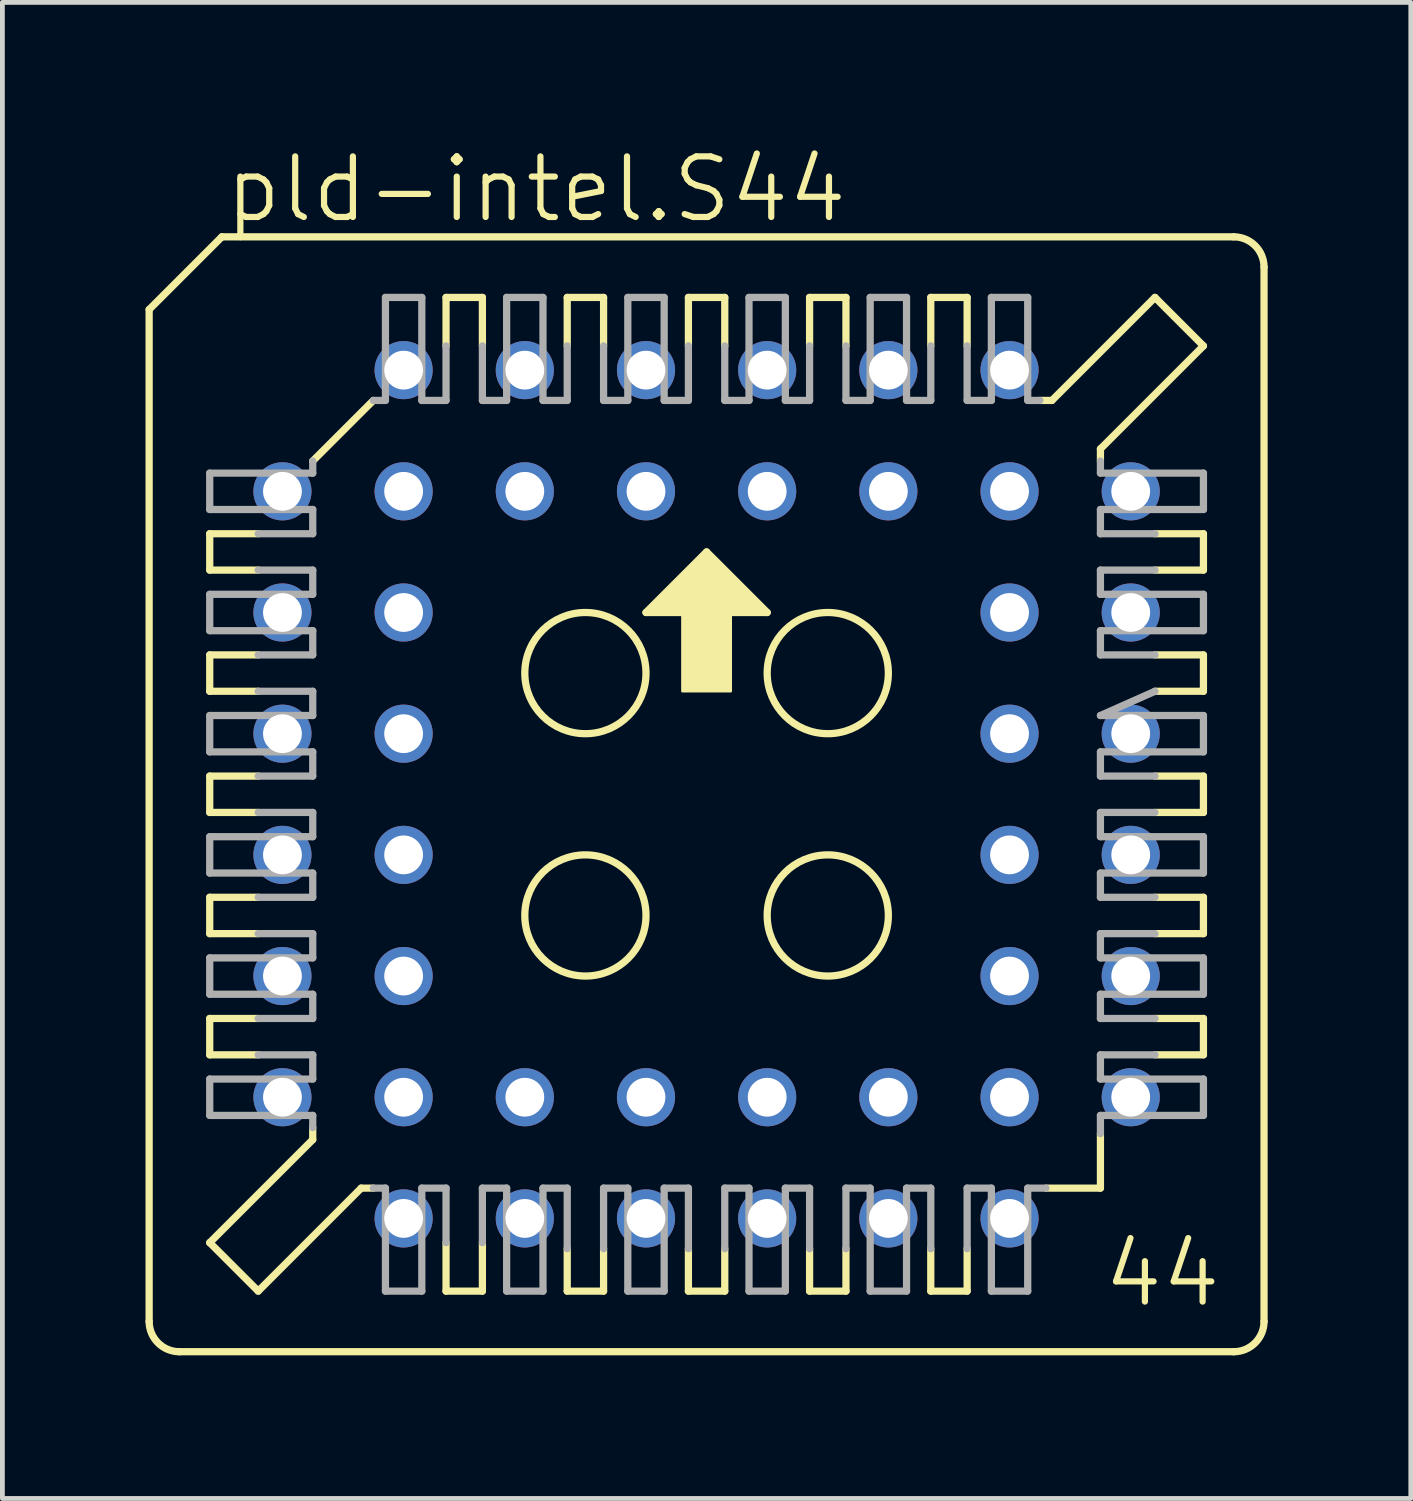
<source format=kicad_pcb>
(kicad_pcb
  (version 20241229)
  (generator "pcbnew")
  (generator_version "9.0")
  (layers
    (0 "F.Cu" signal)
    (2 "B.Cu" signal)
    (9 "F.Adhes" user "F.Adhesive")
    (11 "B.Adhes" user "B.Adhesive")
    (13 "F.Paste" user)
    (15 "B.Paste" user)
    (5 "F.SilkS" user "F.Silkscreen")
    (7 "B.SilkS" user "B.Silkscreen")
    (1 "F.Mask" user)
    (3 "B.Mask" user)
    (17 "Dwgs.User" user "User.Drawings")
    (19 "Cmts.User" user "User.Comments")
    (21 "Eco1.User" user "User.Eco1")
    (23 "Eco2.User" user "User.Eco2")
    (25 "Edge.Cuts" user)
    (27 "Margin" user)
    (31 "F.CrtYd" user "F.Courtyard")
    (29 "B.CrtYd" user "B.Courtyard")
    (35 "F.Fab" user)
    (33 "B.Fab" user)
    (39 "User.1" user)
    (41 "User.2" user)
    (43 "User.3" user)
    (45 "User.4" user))
  (footprint "pld-intel.S44"
    (layer "F.Cu")
    (at 11.76 13.598)
    (property "Reference" "pld-intel.S44" (at -10.16 -11.938 0) (layer "F.SilkS") (effects (font (size 1.27 1.27) (thickness 0.13)) (justify left bottom)))
    (attr through_hole)
    (fp_line (start -11.684 -10.16) (end -11.684 11.049) (stroke (width 0.152) (type default)) (layer "F.SilkS"))
    (fp_line (start -10.414 -5.461) (end -10.414 -4.699) (stroke (width 0.152) (type default)) (layer "F.SilkS"))
    (fp_line (start -10.414 -5.461) (end -9.398 -5.461) (stroke (width 0.152) (type default)) (layer "F.SilkS"))
    (fp_line (start -10.414 -2.921) (end -10.414 -2.159) (stroke (width 0.152) (type default)) (layer "F.SilkS"))
    (fp_line (start -10.414 -2.921) (end -9.398 -2.921) (stroke (width 0.152) (type default)) (layer "F.SilkS"))
    (fp_line (start -10.414 0.381) (end -10.414 -0.381) (stroke (width 0.152) (type default)) (layer "F.SilkS"))
    (fp_line (start -10.414 0.381) (end -9.398 0.381) (stroke (width 0.152) (type default)) (layer "F.SilkS"))
    (fp_line (start -10.414 2.921) (end -10.414 2.159) (stroke (width 0.152) (type default)) (layer "F.SilkS"))
    (fp_line (start -10.414 2.921) (end -9.398 2.921) (stroke (width 0.152) (type default)) (layer "F.SilkS"))
    (fp_line (start -10.414 5.461) (end -10.414 4.699) (stroke (width 0.152) (type default)) (layer "F.SilkS"))
    (fp_line (start -10.414 5.461) (end -9.398 5.461) (stroke (width 0.152) (type default)) (layer "F.SilkS"))
    (fp_line (start -10.414 9.398) (end -8.255 7.239) (stroke (width 0.152) (type default)) (layer "F.SilkS"))
    (fp_line (start -10.16 -11.684) (end -11.684 -10.16) (stroke (width 0.152) (type default)) (layer "F.SilkS"))
    (fp_line (start -9.398 -4.699) (end -10.414 -4.699) (stroke (width 0.152) (type default)) (layer "F.SilkS"))
    (fp_line (start -9.398 -2.159) (end -10.414 -2.159) (stroke (width 0.152) (type default)) (layer "F.SilkS"))
    (fp_line (start -9.398 -0.381) (end -10.414 -0.381) (stroke (width 0.152) (type default)) (layer "F.SilkS"))
    (fp_line (start -9.398 2.159) (end -10.414 2.159) (stroke (width 0.152) (type default)) (layer "F.SilkS"))
    (fp_line (start -9.398 4.699) (end -10.414 4.699) (stroke (width 0.152) (type default)) (layer "F.SilkS"))
    (fp_line (start -9.398 10.414) (end -10.414 9.398) (stroke (width 0.152) (type default)) (layer "F.SilkS"))
    (fp_line (start -9.398 10.414) (end -7.239 8.255) (stroke (width 0.152) (type default)) (layer "F.SilkS"))
    (fp_line (start -8.255 -6.985) (end -6.985 -8.255) (stroke (width 0.152) (type default)) (layer "F.SilkS"))
    (fp_line (start -8.255 7.239) (end -8.255 6.985) (stroke (width 0.152) (type default)) (layer "F.SilkS"))
    (fp_line (start -7.239 8.255) (end -6.985 8.255) (stroke (width 0.152) (type default)) (layer "F.SilkS"))
    (fp_line (start -5.461 -9.398) (end -5.461 -10.414) (stroke (width 0.152) (type default)) (layer "F.SilkS"))
    (fp_line (start -5.461 9.398) (end -5.461 10.414) (stroke (width 0.152) (type default)) (layer "F.SilkS"))
    (fp_line (start -5.461 10.414) (end -4.699 10.414) (stroke (width 0.152) (type default)) (layer "F.SilkS"))
    (fp_line (start -4.699 -10.414) (end -5.461 -10.414) (stroke (width 0.152) (type default)) (layer "F.SilkS"))
    (fp_line (start -4.699 -10.414) (end -4.699 -9.398) (stroke (width 0.152) (type default)) (layer "F.SilkS"))
    (fp_line (start -4.699 10.414) (end -4.699 9.398) (stroke (width 0.152) (type default)) (layer "F.SilkS"))
    (fp_line (start -2.921 -9.398) (end -2.921 -10.414) (stroke (width 0.152) (type default)) (layer "F.SilkS"))
    (fp_line (start -2.921 9.525) (end -2.921 10.414) (stroke (width 0.152) (type default)) (layer "F.SilkS"))
    (fp_line (start -2.921 10.414) (end -2.159 10.414) (stroke (width 0.152) (type default)) (layer "F.SilkS"))
    (fp_line (start -2.159 -10.414) (end -2.921 -10.414) (stroke (width 0.152) (type default)) (layer "F.SilkS"))
    (fp_line (start -2.159 -10.414) (end -2.159 -9.398) (stroke (width 0.152) (type default)) (layer "F.SilkS"))
    (fp_line (start -2.159 10.414) (end -2.159 9.525) (stroke (width 0.152) (type default)) (layer "F.SilkS"))
    (fp_line (start -1.27 -3.81) (end 1.27 -3.81) (stroke (width 0.152) (type default)) (layer "F.SilkS"))
    (fp_line (start -0.381 -9.398) (end -0.381 -10.414) (stroke (width 0.152) (type default)) (layer "F.SilkS"))
    (fp_line (start -0.381 9.525) (end -0.381 10.414) (stroke (width 0.152) (type default)) (layer "F.SilkS"))
    (fp_line (start -0.381 10.414) (end 0.381 10.414) (stroke (width 0.152) (type default)) (layer "F.SilkS"))
    (fp_line (start 0 -5.08) (end -1.27 -3.81) (stroke (width 0.152) (type default)) (layer "F.SilkS"))
    (fp_line (start 0.381 -10.414) (end -0.381 -10.414) (stroke (width 0.152) (type default)) (layer "F.SilkS"))
    (fp_line (start 0.381 -10.414) (end 0.381 -9.398) (stroke (width 0.152) (type default)) (layer "F.SilkS"))
    (fp_line (start 0.381 10.414) (end 0.381 9.525) (stroke (width 0.152) (type default)) (layer "F.SilkS"))
    (fp_line (start 1.27 -3.81) (end 0 -5.08) (stroke (width 0.152) (type default)) (layer "F.SilkS"))
    (fp_line (start 2.159 -9.398) (end 2.159 -10.414) (stroke (width 0.152) (type default)) (layer "F.SilkS"))
    (fp_line (start 2.159 9.525) (end 2.159 10.414) (stroke (width 0.152) (type default)) (layer "F.SilkS"))
    (fp_line (start 2.159 10.414) (end 2.921 10.414) (stroke (width 0.152) (type default)) (layer "F.SilkS"))
    (fp_line (start 2.921 -10.414) (end 2.159 -10.414) (stroke (width 0.152) (type default)) (layer "F.SilkS"))
    (fp_line (start 2.921 -10.414) (end 2.921 -9.398) (stroke (width 0.152) (type default)) (layer "F.SilkS"))
    (fp_line (start 2.921 10.414) (end 2.921 9.525) (stroke (width 0.152) (type default)) (layer "F.SilkS"))
    (fp_line (start 4.699 -9.398) (end 4.699 -10.414) (stroke (width 0.152) (type default)) (layer "F.SilkS"))
    (fp_line (start 4.699 9.525) (end 4.699 10.414) (stroke (width 0.152) (type default)) (layer "F.SilkS"))
    (fp_line (start 4.699 10.414) (end 5.461 10.414) (stroke (width 0.152) (type default)) (layer "F.SilkS"))
    (fp_line (start 5.461 -10.414) (end 4.699 -10.414) (stroke (width 0.152) (type default)) (layer "F.SilkS"))
    (fp_line (start 5.461 -10.414) (end 5.461 -9.398) (stroke (width 0.152) (type default)) (layer "F.SilkS"))
    (fp_line (start 5.461 10.414) (end 5.461 9.525) (stroke (width 0.152) (type default)) (layer "F.SilkS"))
    (fp_line (start 7.112 8.255) (end 8.255 8.255) (stroke (width 0.152) (type default)) (layer "F.SilkS"))
    (fp_line (start 7.239 -8.255) (end 6.985 -8.255) (stroke (width 0.152) (type default)) (layer "F.SilkS"))
    (fp_line (start 8.255 -7.239) (end 8.255 -6.985) (stroke (width 0.152) (type default)) (layer "F.SilkS"))
    (fp_line (start 8.255 8.255) (end 8.255 7.112) (stroke (width 0.152) (type default)) (layer "F.SilkS"))
    (fp_line (start 9.398 -10.414) (end 7.239 -8.255) (stroke (width 0.152) (type default)) (layer "F.SilkS"))
    (fp_line (start 9.398 -4.699) (end 10.414 -4.699) (stroke (width 0.152) (type default)) (layer "F.SilkS"))
    (fp_line (start 9.398 -2.159) (end 10.414 -2.159) (stroke (width 0.152) (type default)) (layer "F.SilkS"))
    (fp_line (start 9.398 0.381) (end 10.414 0.381) (stroke (width 0.152) (type default)) (layer "F.SilkS"))
    (fp_line (start 9.398 2.159) (end 10.414 2.159) (stroke (width 0.152) (type default)) (layer "F.SilkS"))
    (fp_line (start 9.398 4.699) (end 10.414 4.699) (stroke (width 0.152) (type default)) (layer "F.SilkS"))
    (fp_line (start 10.414 -9.398) (end 8.255 -7.239) (stroke (width 0.152) (type default)) (layer "F.SilkS"))
    (fp_line (start 10.414 -9.398) (end 9.398 -10.414) (stroke (width 0.152) (type default)) (layer "F.SilkS"))
    (fp_line (start 10.414 -5.461) (end 9.398 -5.461) (stroke (width 0.152) (type default)) (layer "F.SilkS"))
    (fp_line (start 10.414 -5.461) (end 10.414 -4.699) (stroke (width 0.152) (type default)) (layer "F.SilkS"))
    (fp_line (start 10.414 -2.921) (end 9.398 -2.921) (stroke (width 0.152) (type default)) (layer "F.SilkS"))
    (fp_line (start 10.414 -2.921) (end 10.414 -2.159) (stroke (width 0.152) (type default)) (layer "F.SilkS"))
    (fp_line (start 10.414 -0.381) (end 9.398 -0.381) (stroke (width 0.152) (type default)) (layer "F.SilkS"))
    (fp_line (start 10.414 -0.381) (end 10.414 0.381) (stroke (width 0.152) (type default)) (layer "F.SilkS"))
    (fp_line (start 10.414 2.921) (end 9.398 2.921) (stroke (width 0.152) (type default)) (layer "F.SilkS"))
    (fp_line (start 10.414 2.921) (end 10.414 2.159) (stroke (width 0.152) (type default)) (layer "F.SilkS"))
    (fp_line (start 10.414 5.461) (end 9.398 5.461) (stroke (width 0.152) (type default)) (layer "F.SilkS"))
    (fp_line (start 10.414 5.461) (end 10.414 4.699) (stroke (width 0.152) (type default)) (layer "F.SilkS"))
    (fp_line (start 11.049 -11.684) (end -10.16 -11.684) (stroke (width 0.152) (type default)) (layer "F.SilkS"))
    (fp_line (start 11.049 11.684) (end -11.049 11.684) (stroke (width 0.152) (type default)) (layer "F.SilkS"))
    (fp_line (start 11.684 -11.049) (end 11.684 11.049) (stroke (width 0.152) (type default)) (layer "F.SilkS"))
    (fp_rect (start -1.143 -3.81) (end -0.889 -3.937) (stroke (width 0.05) (type default)) (fill yes) (layer "F.SilkS"))
    (fp_rect (start -1.016 -3.937) (end -0.889 -4.064) (stroke (width 0.05) (type default)) (fill yes) (layer "F.SilkS"))
    (fp_rect (start -0.889 -3.81) (end 0.889 -4.191) (stroke (width 0.05) (type default)) (fill yes) (layer "F.SilkS"))
    (fp_rect (start -0.762 -4.191) (end -0.635 -4.318) (stroke (width 0.05) (type default)) (fill yes) (layer "F.SilkS"))
    (fp_rect (start -0.635 -4.191) (end 0.635 -4.445) (stroke (width 0.05) (type default)) (fill yes) (layer "F.SilkS"))
    (fp_rect (start -0.508 -4.445) (end -0.381 -4.572) (stroke (width 0.05) (type default)) (fill yes) (layer "F.SilkS"))
    (fp_rect (start -0.508 -2.159) (end 0.508 -4.064) (stroke (width 0.05) (type default)) (fill yes) (layer "F.SilkS"))
    (fp_rect (start -0.381 -4.445) (end 0.381 -4.699) (stroke (width 0.05) (type default)) (fill yes) (layer "F.SilkS"))
    (fp_rect (start -0.254 -4.699) (end -0.127 -4.826) (stroke (width 0.05) (type default)) (fill yes) (layer "F.SilkS"))
    (fp_rect (start -0.127 -4.699) (end 0.127 -4.953) (stroke (width 0.05) (type default)) (fill yes) (layer "F.SilkS"))
    (fp_rect (start 0.127 -4.699) (end 0.254 -4.826) (stroke (width 0.05) (type default)) (fill yes) (layer "F.SilkS"))
    (fp_rect (start 0.381 -4.445) (end 0.508 -4.572) (stroke (width 0.05) (type default)) (fill yes) (layer "F.SilkS"))
    (fp_rect (start 0.635 -4.191) (end 0.762 -4.318) (stroke (width 0.05) (type default)) (fill yes) (layer "F.SilkS"))
    (fp_rect (start 0.889 -3.937) (end 1.016 -4.064) (stroke (width 0.05) (type default)) (fill yes) (layer "F.SilkS"))
    (fp_rect (start 0.889 -3.81) (end 1.143 -3.937) (stroke (width 0.05) (type default)) (fill yes) (layer "F.SilkS"))
    (fp_arc (start -11.049 11.684) (mid -11.498013 11.498013) (end -11.684 11.049) (stroke (width 0.1524) (type default)) (layer "F.SilkS"))
    (fp_arc (start 11.049 -11.684) (mid 11.498013 -11.498013) (end 11.684 -11.049) (stroke (width 0.1524) (type default)) (layer "F.SilkS"))
    (fp_arc (start 11.684 11.049) (mid 11.498013 11.498013) (end 11.049 11.684) (stroke (width 0.1524) (type default)) (layer "F.SilkS"))
    (fp_circle (center -2.54 -2.54) (end -1.27 -2.54) (stroke (width 0.152) (type default)) (fill no) (layer "F.SilkS"))
    (fp_circle (center -2.54 2.54) (end -1.27 2.54) (stroke (width 0.152) (type default)) (fill no) (layer "F.SilkS"))
    (fp_circle (center 2.54 -2.54) (end 3.81 -2.54) (stroke (width 0.152) (type default)) (fill no) (layer "F.SilkS"))
    (fp_circle (center 2.54 2.54) (end 3.81 2.54) (stroke (width 0.152) (type default)) (fill no) (layer "F.SilkS"))
    (fp_line (start -10.414 -6.731) (end -10.414 -5.969) (stroke (width 0.152) (type default)) (layer "F.Fab"))
    (fp_line (start -10.414 -6.731) (end -8.255 -6.731) (stroke (width 0.152) (type default)) (layer "F.Fab"))
    (fp_line (start -10.414 -4.191) (end -10.414 -3.429) (stroke (width 0.152) (type default)) (layer "F.Fab"))
    (fp_line (start -10.414 -4.191) (end -8.255 -4.191) (stroke (width 0.152) (type default)) (layer "F.Fab"))
    (fp_line (start -10.414 -0.889) (end -10.414 -1.651) (stroke (width 0.152) (type default)) (layer "F.Fab"))
    (fp_line (start -10.414 -0.889) (end -8.255 -0.889) (stroke (width 0.152) (type default)) (layer "F.Fab"))
    (fp_line (start -10.414 1.651) (end -10.414 0.889) (stroke (width 0.152) (type default)) (layer "F.Fab"))
    (fp_line (start -10.414 1.651) (end -8.255 1.651) (stroke (width 0.152) (type default)) (layer "F.Fab"))
    (fp_line (start -10.414 4.191) (end -10.414 3.429) (stroke (width 0.152) (type default)) (layer "F.Fab"))
    (fp_line (start -10.414 4.191) (end -8.255 4.191) (stroke (width 0.152) (type default)) (layer "F.Fab"))
    (fp_line (start -10.414 6.731) (end -10.414 5.969) (stroke (width 0.152) (type default)) (layer "F.Fab"))
    (fp_line (start -10.414 6.731) (end -8.255 6.731) (stroke (width 0.152) (type default)) (layer "F.Fab"))
    (fp_line (start -9.398 -4.699) (end -8.255 -4.699) (stroke (width 0.152) (type default)) (layer "F.Fab"))
    (fp_line (start -9.398 -2.159) (end -8.255 -2.159) (stroke (width 0.152) (type default)) (layer "F.Fab"))
    (fp_line (start -9.398 -0.381) (end -8.255 -0.381) (stroke (width 0.152) (type default)) (layer "F.Fab"))
    (fp_line (start -9.398 2.159) (end -8.255 2.159) (stroke (width 0.152) (type default)) (layer "F.Fab"))
    (fp_line (start -9.398 4.699) (end -8.255 4.699) (stroke (width 0.152) (type default)) (layer "F.Fab"))
    (fp_line (start -8.255 -6.731) (end -8.255 -6.985) (stroke (width 0.152) (type default)) (layer "F.Fab"))
    (fp_line (start -8.255 -5.969) (end -10.414 -5.969) (stroke (width 0.152) (type default)) (layer "F.Fab"))
    (fp_line (start -8.255 -5.969) (end -8.255 -5.461) (stroke (width 0.152) (type default)) (layer "F.Fab"))
    (fp_line (start -8.255 -5.461) (end -9.398 -5.461) (stroke (width 0.152) (type default)) (layer "F.Fab"))
    (fp_line (start -8.255 -4.699) (end -8.255 -4.191) (stroke (width 0.152) (type default)) (layer "F.Fab"))
    (fp_line (start -8.255 -3.429) (end -10.414 -3.429) (stroke (width 0.152) (type default)) (layer "F.Fab"))
    (fp_line (start -8.255 -3.429) (end -8.255 -2.921) (stroke (width 0.152) (type default)) (layer "F.Fab"))
    (fp_line (start -8.255 -2.921) (end -9.398 -2.921) (stroke (width 0.152) (type default)) (layer "F.Fab"))
    (fp_line (start -8.255 -2.159) (end -8.255 -1.651) (stroke (width 0.152) (type default)) (layer "F.Fab"))
    (fp_line (start -8.255 -1.651) (end -10.414 -1.651) (stroke (width 0.152) (type default)) (layer "F.Fab"))
    (fp_line (start -8.255 -0.381) (end -8.255 -0.889) (stroke (width 0.152) (type default)) (layer "F.Fab"))
    (fp_line (start -8.255 0.381) (end -9.398 0.381) (stroke (width 0.152) (type default)) (layer "F.Fab"))
    (fp_line (start -8.255 0.889) (end -10.414 0.889) (stroke (width 0.152) (type default)) (layer "F.Fab"))
    (fp_line (start -8.255 0.889) (end -8.255 0.381) (stroke (width 0.152) (type default)) (layer "F.Fab"))
    (fp_line (start -8.255 2.159) (end -8.255 1.651) (stroke (width 0.152) (type default)) (layer "F.Fab"))
    (fp_line (start -8.255 2.921) (end -9.398 2.921) (stroke (width 0.152) (type default)) (layer "F.Fab"))
    (fp_line (start -8.255 3.429) (end -10.414 3.429) (stroke (width 0.152) (type default)) (layer "F.Fab"))
    (fp_line (start -8.255 3.429) (end -8.255 2.921) (stroke (width 0.152) (type default)) (layer "F.Fab"))
    (fp_line (start -8.255 4.699) (end -8.255 4.191) (stroke (width 0.152) (type default)) (layer "F.Fab"))
    (fp_line (start -8.255 5.461) (end -9.398 5.461) (stroke (width 0.152) (type default)) (layer "F.Fab"))
    (fp_line (start -8.255 5.969) (end -10.414 5.969) (stroke (width 0.152) (type default)) (layer "F.Fab"))
    (fp_line (start -8.255 5.969) (end -8.255 5.461) (stroke (width 0.152) (type default)) (layer "F.Fab"))
    (fp_line (start -8.255 6.985) (end -8.255 6.731) (stroke (width 0.152) (type default)) (layer "F.Fab"))
    (fp_line (start -6.985 -8.255) (end -6.731 -8.255) (stroke (width 0.152) (type default)) (layer "F.Fab"))
    (fp_line (start -6.731 -8.255) (end -6.731 -10.414) (stroke (width 0.152) (type default)) (layer "F.Fab"))
    (fp_line (start -6.731 8.255) (end -6.985 8.255) (stroke (width 0.152) (type default)) (layer "F.Fab"))
    (fp_line (start -6.731 10.414) (end -6.731 8.255) (stroke (width 0.152) (type default)) (layer "F.Fab"))
    (fp_line (start -6.731 10.414) (end -5.969 10.414) (stroke (width 0.152) (type default)) (layer "F.Fab"))
    (fp_line (start -5.969 -10.414) (end -6.731 -10.414) (stroke (width 0.152) (type default)) (layer "F.Fab"))
    (fp_line (start -5.969 -10.414) (end -5.969 -8.255) (stroke (width 0.152) (type default)) (layer "F.Fab"))
    (fp_line (start -5.969 8.255) (end -5.969 10.414) (stroke (width 0.152) (type default)) (layer "F.Fab"))
    (fp_line (start -5.461 -9.398) (end -5.461 -8.255) (stroke (width 0.152) (type default)) (layer "F.Fab"))
    (fp_line (start -5.461 -8.255) (end -5.969 -8.255) (stroke (width 0.152) (type default)) (layer "F.Fab"))
    (fp_line (start -5.461 8.255) (end -5.969 8.255) (stroke (width 0.152) (type default)) (layer "F.Fab"))
    (fp_line (start -5.461 9.398) (end -5.461 8.255) (stroke (width 0.152) (type default)) (layer "F.Fab"))
    (fp_line (start -4.699 -8.255) (end -4.699 -9.398) (stroke (width 0.152) (type default)) (layer "F.Fab"))
    (fp_line (start -4.699 8.255) (end -4.699 9.398) (stroke (width 0.152) (type default)) (layer "F.Fab"))
    (fp_line (start -4.699 8.255) (end -4.191 8.255) (stroke (width 0.152) (type default)) (layer "F.Fab"))
    (fp_line (start -4.191 -8.255) (end -4.699 -8.255) (stroke (width 0.152) (type default)) (layer "F.Fab"))
    (fp_line (start -4.191 -8.255) (end -4.191 -10.414) (stroke (width 0.152) (type default)) (layer "F.Fab"))
    (fp_line (start -4.191 10.414) (end -4.191 8.255) (stroke (width 0.152) (type default)) (layer "F.Fab"))
    (fp_line (start -4.191 10.414) (end -3.429 10.414) (stroke (width 0.152) (type default)) (layer "F.Fab"))
    (fp_line (start -3.429 -10.414) (end -4.191 -10.414) (stroke (width 0.152) (type default)) (layer "F.Fab"))
    (fp_line (start -3.429 -10.414) (end -3.429 -8.255) (stroke (width 0.152) (type default)) (layer "F.Fab"))
    (fp_line (start -3.429 8.255) (end -3.429 10.414) (stroke (width 0.152) (type default)) (layer "F.Fab"))
    (fp_line (start -3.429 8.255) (end -2.921 8.255) (stroke (width 0.152) (type default)) (layer "F.Fab"))
    (fp_line (start -2.921 -9.398) (end -2.921 -8.255) (stroke (width 0.152) (type default)) (layer "F.Fab"))
    (fp_line (start -2.921 -8.255) (end -3.429 -8.255) (stroke (width 0.152) (type default)) (layer "F.Fab"))
    (fp_line (start -2.921 9.525) (end -2.921 8.255) (stroke (width 0.152) (type default)) (layer "F.Fab"))
    (fp_line (start -2.159 -8.255) (end -2.159 -9.398) (stroke (width 0.152) (type default)) (layer "F.Fab"))
    (fp_line (start -2.159 8.255) (end -2.159 9.525) (stroke (width 0.152) (type default)) (layer "F.Fab"))
    (fp_line (start -2.159 8.255) (end -1.651 8.255) (stroke (width 0.152) (type default)) (layer "F.Fab"))
    (fp_line (start -1.651 -8.255) (end -2.159 -8.255) (stroke (width 0.152) (type default)) (layer "F.Fab"))
    (fp_line (start -1.651 -8.255) (end -1.651 -10.414) (stroke (width 0.152) (type default)) (layer "F.Fab"))
    (fp_line (start -1.651 10.414) (end -1.651 8.255) (stroke (width 0.152) (type default)) (layer "F.Fab"))
    (fp_line (start -1.651 10.414) (end -0.889 10.414) (stroke (width 0.152) (type default)) (layer "F.Fab"))
    (fp_line (start -0.889 -10.414) (end -1.651 -10.414) (stroke (width 0.152) (type default)) (layer "F.Fab"))
    (fp_line (start -0.889 -10.414) (end -0.889 -8.255) (stroke (width 0.152) (type default)) (layer "F.Fab"))
    (fp_line (start -0.889 8.255) (end -0.889 10.414) (stroke (width 0.152) (type default)) (layer "F.Fab"))
    (fp_line (start -0.889 8.255) (end -0.381 8.255) (stroke (width 0.152) (type default)) (layer "F.Fab"))
    (fp_line (start -0.381 -9.398) (end -0.381 -8.255) (stroke (width 0.152) (type default)) (layer "F.Fab"))
    (fp_line (start -0.381 -8.255) (end -0.889 -8.255) (stroke (width 0.152) (type default)) (layer "F.Fab"))
    (fp_line (start -0.381 9.525) (end -0.381 8.255) (stroke (width 0.152) (type default)) (layer "F.Fab"))
    (fp_line (start 0.381 -8.255) (end 0.381 -9.398) (stroke (width 0.152) (type default)) (layer "F.Fab"))
    (fp_line (start 0.381 8.255) (end 0.381 9.525) (stroke (width 0.152) (type default)) (layer "F.Fab"))
    (fp_line (start 0.381 8.255) (end 0.889 8.255) (stroke (width 0.152) (type default)) (layer "F.Fab"))
    (fp_line (start 0.889 -8.255) (end 0.381 -8.255) (stroke (width 0.152) (type default)) (layer "F.Fab"))
    (fp_line (start 0.889 -8.255) (end 0.889 -10.414) (stroke (width 0.152) (type default)) (layer "F.Fab"))
    (fp_line (start 0.889 10.414) (end 0.889 8.255) (stroke (width 0.152) (type default)) (layer "F.Fab"))
    (fp_line (start 0.889 10.414) (end 1.651 10.414) (stroke (width 0.152) (type default)) (layer "F.Fab"))
    (fp_line (start 1.651 -10.414) (end 0.889 -10.414) (stroke (width 0.152) (type default)) (layer "F.Fab"))
    (fp_line (start 1.651 -10.414) (end 1.651 -8.255) (stroke (width 0.152) (type default)) (layer "F.Fab"))
    (fp_line (start 1.651 8.255) (end 1.651 10.414) (stroke (width 0.152) (type default)) (layer "F.Fab"))
    (fp_line (start 1.651 8.255) (end 2.159 8.255) (stroke (width 0.152) (type default)) (layer "F.Fab"))
    (fp_line (start 2.159 -9.398) (end 2.159 -8.255) (stroke (width 0.152) (type default)) (layer "F.Fab"))
    (fp_line (start 2.159 -8.255) (end 1.651 -8.255) (stroke (width 0.152) (type default)) (layer "F.Fab"))
    (fp_line (start 2.159 9.525) (end 2.159 8.255) (stroke (width 0.152) (type default)) (layer "F.Fab"))
    (fp_line (start 2.921 -8.255) (end 2.921 -9.398) (stroke (width 0.152) (type default)) (layer "F.Fab"))
    (fp_line (start 2.921 8.255) (end 2.921 9.525) (stroke (width 0.152) (type default)) (layer "F.Fab"))
    (fp_line (start 2.921 8.255) (end 3.429 8.255) (stroke (width 0.152) (type default)) (layer "F.Fab"))
    (fp_line (start 3.429 -8.255) (end 2.921 -8.255) (stroke (width 0.152) (type default)) (layer "F.Fab"))
    (fp_line (start 3.429 -8.255) (end 3.429 -10.414) (stroke (width 0.152) (type default)) (layer "F.Fab"))
    (fp_line (start 3.429 10.414) (end 3.429 8.255) (stroke (width 0.152) (type default)) (layer "F.Fab"))
    (fp_line (start 3.429 10.414) (end 4.191 10.414) (stroke (width 0.152) (type default)) (layer "F.Fab"))
    (fp_line (start 4.191 -10.414) (end 3.429 -10.414) (stroke (width 0.152) (type default)) (layer "F.Fab"))
    (fp_line (start 4.191 -10.414) (end 4.191 -8.255) (stroke (width 0.152) (type default)) (layer "F.Fab"))
    (fp_line (start 4.191 8.255) (end 4.191 10.414) (stroke (width 0.152) (type default)) (layer "F.Fab"))
    (fp_line (start 4.191 8.255) (end 4.699 8.255) (stroke (width 0.152) (type default)) (layer "F.Fab"))
    (fp_line (start 4.699 -9.398) (end 4.699 -8.255) (stroke (width 0.152) (type default)) (layer "F.Fab"))
    (fp_line (start 4.699 -8.255) (end 4.191 -8.255) (stroke (width 0.152) (type default)) (layer "F.Fab"))
    (fp_line (start 4.699 9.525) (end 4.699 8.255) (stroke (width 0.152) (type default)) (layer "F.Fab"))
    (fp_line (start 5.461 -8.255) (end 5.461 -9.398) (stroke (width 0.152) (type default)) (layer "F.Fab"))
    (fp_line (start 5.461 8.255) (end 5.461 9.525) (stroke (width 0.152) (type default)) (layer "F.Fab"))
    (fp_line (start 5.461 8.255) (end 5.969 8.255) (stroke (width 0.152) (type default)) (layer "F.Fab"))
    (fp_line (start 5.969 -8.255) (end 5.461 -8.255) (stroke (width 0.152) (type default)) (layer "F.Fab"))
    (fp_line (start 5.969 -8.255) (end 5.969 -10.414) (stroke (width 0.152) (type default)) (layer "F.Fab"))
    (fp_line (start 5.969 10.414) (end 5.969 8.255) (stroke (width 0.152) (type default)) (layer "F.Fab"))
    (fp_line (start 5.969 10.414) (end 6.731 10.414) (stroke (width 0.152) (type default)) (layer "F.Fab"))
    (fp_line (start 6.731 -10.414) (end 5.969 -10.414) (stroke (width 0.152) (type default)) (layer "F.Fab"))
    (fp_line (start 6.731 -10.414) (end 6.731 -8.255) (stroke (width 0.152) (type default)) (layer "F.Fab"))
    (fp_line (start 6.731 -8.255) (end 6.985 -8.255) (stroke (width 0.152) (type default)) (layer "F.Fab"))
    (fp_line (start 6.731 8.255) (end 6.731 10.414) (stroke (width 0.152) (type default)) (layer "F.Fab"))
    (fp_line (start 7.112 8.255) (end 6.731 8.255) (stroke (width 0.152) (type default)) (layer "F.Fab"))
    (fp_line (start 8.255 -6.731) (end 8.255 -6.985) (stroke (width 0.152) (type default)) (layer "F.Fab"))
    (fp_line (start 8.255 -5.969) (end 8.255 -5.461) (stroke (width 0.152) (type default)) (layer "F.Fab"))
    (fp_line (start 8.255 -5.969) (end 10.414 -5.969) (stroke (width 0.152) (type default)) (layer "F.Fab"))
    (fp_line (start 8.255 -5.461) (end 9.398 -5.461) (stroke (width 0.152) (type default)) (layer "F.Fab"))
    (fp_line (start 8.255 -4.699) (end 8.255 -4.191) (stroke (width 0.152) (type default)) (layer "F.Fab"))
    (fp_line (start 8.255 -3.429) (end 8.255 -2.921) (stroke (width 0.152) (type default)) (layer "F.Fab"))
    (fp_line (start 8.255 -3.429) (end 10.414 -3.429) (stroke (width 0.152) (type default)) (layer "F.Fab"))
    (fp_line (start 8.255 -2.921) (end 9.398 -2.921) (stroke (width 0.152) (type default)) (layer "F.Fab"))
    (fp_line (start 8.255 -0.889) (end 8.255 -0.381) (stroke (width 0.152) (type default)) (layer "F.Fab"))
    (fp_line (start 8.255 -0.889) (end 10.414 -0.889) (stroke (width 0.152) (type default)) (layer "F.Fab"))
    (fp_line (start 8.255 -0.381) (end 9.398 -0.381) (stroke (width 0.152) (type default)) (layer "F.Fab"))
    (fp_line (start 8.255 0.381) (end 8.255 0.889) (stroke (width 0.152) (type default)) (layer "F.Fab"))
    (fp_line (start 8.255 1.651) (end 8.255 2.159) (stroke (width 0.152) (type default)) (layer "F.Fab"))
    (fp_line (start 8.255 1.651) (end 10.414 1.651) (stroke (width 0.152) (type default)) (layer "F.Fab"))
    (fp_line (start 8.255 2.159) (end 9.398 2.159) (stroke (width 0.152) (type default)) (layer "F.Fab"))
    (fp_line (start 8.255 2.921) (end 9.398 2.921) (stroke (width 0.152) (type default)) (layer "F.Fab"))
    (fp_line (start 8.255 3.429) (end 8.255 2.921) (stroke (width 0.152) (type default)) (layer "F.Fab"))
    (fp_line (start 8.255 3.429) (end 10.414 3.429) (stroke (width 0.152) (type default)) (layer "F.Fab"))
    (fp_line (start 8.255 4.699) (end 8.255 4.191) (stroke (width 0.152) (type default)) (layer "F.Fab"))
    (fp_line (start 8.255 5.461) (end 9.398 5.461) (stroke (width 0.152) (type default)) (layer "F.Fab"))
    (fp_line (start 8.255 5.969) (end 8.255 5.461) (stroke (width 0.152) (type default)) (layer "F.Fab"))
    (fp_line (start 8.255 5.969) (end 10.414 5.969) (stroke (width 0.152) (type default)) (layer "F.Fab"))
    (fp_line (start 8.255 6.731) (end 8.255 7.112) (stroke (width 0.152) (type default)) (layer "F.Fab"))
    (fp_line (start 9.398 -4.699) (end 8.255 -4.699) (stroke (width 0.152) (type default)) (layer "F.Fab"))
    (fp_line (start 9.398 -2.159) (end 8.255 -1.651) (stroke (width 0.152) (type default)) (layer "F.Fab"))
    (fp_line (start 9.398 0.381) (end 8.255 0.381) (stroke (width 0.152) (type default)) (layer "F.Fab"))
    (fp_line (start 9.398 4.699) (end 8.255 4.699) (stroke (width 0.152) (type default)) (layer "F.Fab"))
    (fp_line (start 10.414 -6.731) (end 8.255 -6.731) (stroke (width 0.152) (type default)) (layer "F.Fab"))
    (fp_line (start 10.414 -6.731) (end 10.414 -5.969) (stroke (width 0.152) (type default)) (layer "F.Fab"))
    (fp_line (start 10.414 -4.191) (end 8.255 -4.191) (stroke (width 0.152) (type default)) (layer "F.Fab"))
    (fp_line (start 10.414 -4.191) (end 10.414 -3.429) (stroke (width 0.152) (type default)) (layer "F.Fab"))
    (fp_line (start 10.414 -1.651) (end 8.255 -1.651) (stroke (width 0.152) (type default)) (layer "F.Fab"))
    (fp_line (start 10.414 -1.651) (end 10.414 -0.889) (stroke (width 0.152) (type default)) (layer "F.Fab"))
    (fp_line (start 10.414 0.889) (end 8.255 0.889) (stroke (width 0.152) (type default)) (layer "F.Fab"))
    (fp_line (start 10.414 0.889) (end 10.414 1.651) (stroke (width 0.152) (type default)) (layer "F.Fab"))
    (fp_line (start 10.414 4.191) (end 8.255 4.191) (stroke (width 0.152) (type default)) (layer "F.Fab"))
    (fp_line (start 10.414 4.191) (end 10.414 3.429) (stroke (width 0.152) (type default)) (layer "F.Fab"))
    (fp_line (start 10.414 6.731) (end 8.255 6.731) (stroke (width 0.152) (type default)) (layer "F.Fab"))
    (fp_line (start 10.414 6.731) (end 10.414 5.969) (stroke (width 0.152) (type default)) (layer "F.Fab"))
    (fp_text user "44" (at 8.255 10.795 0) (layer "F.SilkS") (effects (font (size 1.27 1.27) (thickness 0.13)) (justify left bottom)))
    (pad "1" thru_hole circle (at 1.27 -6.35) (size 1.219 1.219) (drill 0.813) (layers "*.Cu" "*.Mask"))
    (pad "2" thru_hole circle (at -1.27 -8.89) (size 1.219 1.219) (drill 0.813) (layers "*.Cu" "*.Mask"))
    (pad "3" thru_hole circle (at -1.27 -6.35) (size 1.219 1.219) (drill 0.813) (layers "*.Cu" "*.Mask"))
    (pad "4" thru_hole circle (at -3.81 -8.89) (size 1.219 1.219) (drill 0.813) (layers "*.Cu" "*.Mask"))
    (pad "5" thru_hole circle (at -3.81 -6.35) (size 1.219 1.219) (drill 0.813) (layers "*.Cu" "*.Mask"))
    (pad "6" thru_hole circle (at -6.35 -8.89) (size 1.219 1.219) (drill 0.813) (layers "*.Cu" "*.Mask"))
    (pad "7" thru_hole circle (at -8.89 -6.35) (size 1.219 1.219) (drill 0.813) (layers "*.Cu" "*.Mask"))
    (pad "8" thru_hole circle (at -6.35 -6.35) (size 1.219 1.219) (drill 0.813) (layers "*.Cu" "*.Mask"))
    (pad "9" thru_hole circle (at -8.89 -3.81) (size 1.219 1.219) (drill 0.813) (layers "*.Cu" "*.Mask"))
    (pad "10" thru_hole circle (at -6.35 -3.81) (size 1.219 1.219) (drill 0.813) (layers "*.Cu" "*.Mask"))
    (pad "11" thru_hole circle (at -8.89 -1.27) (size 1.219 1.219) (drill 0.813) (layers "*.Cu" "*.Mask"))
    (pad "12" thru_hole circle (at -6.35 -1.27) (size 1.219 1.219) (drill 0.813) (layers "*.Cu" "*.Mask"))
    (pad "13" thru_hole circle (at -8.89 1.27) (size 1.219 1.219) (drill 0.813) (layers "*.Cu" "*.Mask"))
    (pad "14" thru_hole circle (at -6.35 1.27) (size 1.219 1.219) (drill 0.813) (layers "*.Cu" "*.Mask"))
    (pad "15" thru_hole circle (at -8.89 3.81) (size 1.219 1.219) (drill 0.813) (layers "*.Cu" "*.Mask"))
    (pad "16" thru_hole circle (at -6.35 3.81) (size 1.219 1.219) (drill 0.813) (layers "*.Cu" "*.Mask"))
    (pad "17" thru_hole circle (at -8.89 6.35) (size 1.219 1.219) (drill 0.813) (layers "*.Cu" "*.Mask"))
    (pad "18" thru_hole circle (at -6.35 8.89) (size 1.219 1.219) (drill 0.813) (layers "*.Cu" "*.Mask"))
    (pad "19" thru_hole circle (at -6.35 6.35) (size 1.219 1.219) (drill 0.813) (layers "*.Cu" "*.Mask"))
    (pad "20" thru_hole circle (at -3.81 8.89) (size 1.219 1.219) (drill 0.813) (layers "*.Cu" "*.Mask"))
    (pad "21" thru_hole circle (at -3.81 6.35) (size 1.219 1.219) (drill 0.813) (layers "*.Cu" "*.Mask"))
    (pad "22" thru_hole circle (at -1.27 8.89) (size 1.219 1.219) (drill 0.813) (layers "*.Cu" "*.Mask"))
    (pad "23" thru_hole circle (at -1.27 6.35) (size 1.219 1.219) (drill 0.813) (layers "*.Cu" "*.Mask"))
    (pad "24" thru_hole circle (at 1.27 8.89) (size 1.219 1.219) (drill 0.813) (layers "*.Cu" "*.Mask"))
    (pad "25" thru_hole circle (at 1.27 6.35) (size 1.219 1.219) (drill 0.813) (layers "*.Cu" "*.Mask"))
    (pad "26" thru_hole circle (at 3.81 8.89) (size 1.219 1.219) (drill 0.813) (layers "*.Cu" "*.Mask"))
    (pad "27" thru_hole circle (at 3.81 6.35) (size 1.219 1.219) (drill 0.813) (layers "*.Cu" "*.Mask"))
    (pad "28" thru_hole circle (at 6.35 8.89) (size 1.219 1.219) (drill 0.813) (layers "*.Cu" "*.Mask"))
    (pad "29" thru_hole circle (at 8.89 6.35) (size 1.219 1.219) (drill 0.813) (layers "*.Cu" "*.Mask"))
    (pad "30" thru_hole circle (at 6.35 6.35) (size 1.219 1.219) (drill 0.813) (layers "*.Cu" "*.Mask"))
    (pad "31" thru_hole circle (at 8.89 3.81) (size 1.219 1.219) (drill 0.813) (layers "*.Cu" "*.Mask"))
    (pad "32" thru_hole circle (at 6.35 3.81) (size 1.219 1.219) (drill 0.813) (layers "*.Cu" "*.Mask"))
    (pad "33" thru_hole circle (at 8.89 1.27) (size 1.219 1.219) (drill 0.813) (layers "*.Cu" "*.Mask"))
    (pad "34" thru_hole circle (at 6.35 1.27) (size 1.219 1.219) (drill 0.813) (layers "*.Cu" "*.Mask"))
    (pad "35" thru_hole circle (at 8.89 -1.27) (size 1.219 1.219) (drill 0.813) (layers "*.Cu" "*.Mask"))
    (pad "36" thru_hole circle (at 6.35 -1.27) (size 1.219 1.219) (drill 0.813) (layers "*.Cu" "*.Mask"))
    (pad "37" thru_hole circle (at 8.89 -3.81) (size 1.219 1.219) (drill 0.813) (layers "*.Cu" "*.Mask"))
    (pad "38" thru_hole circle (at 6.35 -3.81) (size 1.219 1.219) (drill 0.813) (layers "*.Cu" "*.Mask"))
    (pad "39" thru_hole circle (at 8.89 -6.35) (size 1.219 1.219) (drill 0.813) (layers "*.Cu" "*.Mask"))
    (pad "40" thru_hole circle (at 6.35 -8.89) (size 1.219 1.219) (drill 0.813) (layers "*.Cu" "*.Mask"))
    (pad "41" thru_hole circle (at 6.35 -6.35) (size 1.219 1.219) (drill 0.813) (layers "*.Cu" "*.Mask"))
    (pad "42" thru_hole circle (at 3.81 -8.89) (size 1.219 1.219) (drill 0.813) (layers "*.Cu" "*.Mask"))
    (pad "43" thru_hole circle (at 3.81 -6.35) (size 1.219 1.219) (drill 0.813) (layers "*.Cu" "*.Mask"))
    (pad "44" thru_hole circle (at 1.27 -8.89) (size 1.219 1.219) (drill 0.813) (layers "*.Cu" "*.Mask")))
  (gr_rect
    (start -3 -3)
    (end 26.52 28.358)
    (stroke (width 0.1) (type default))
    (fill no)
    (layer "Edge.Cuts")))
</source>
